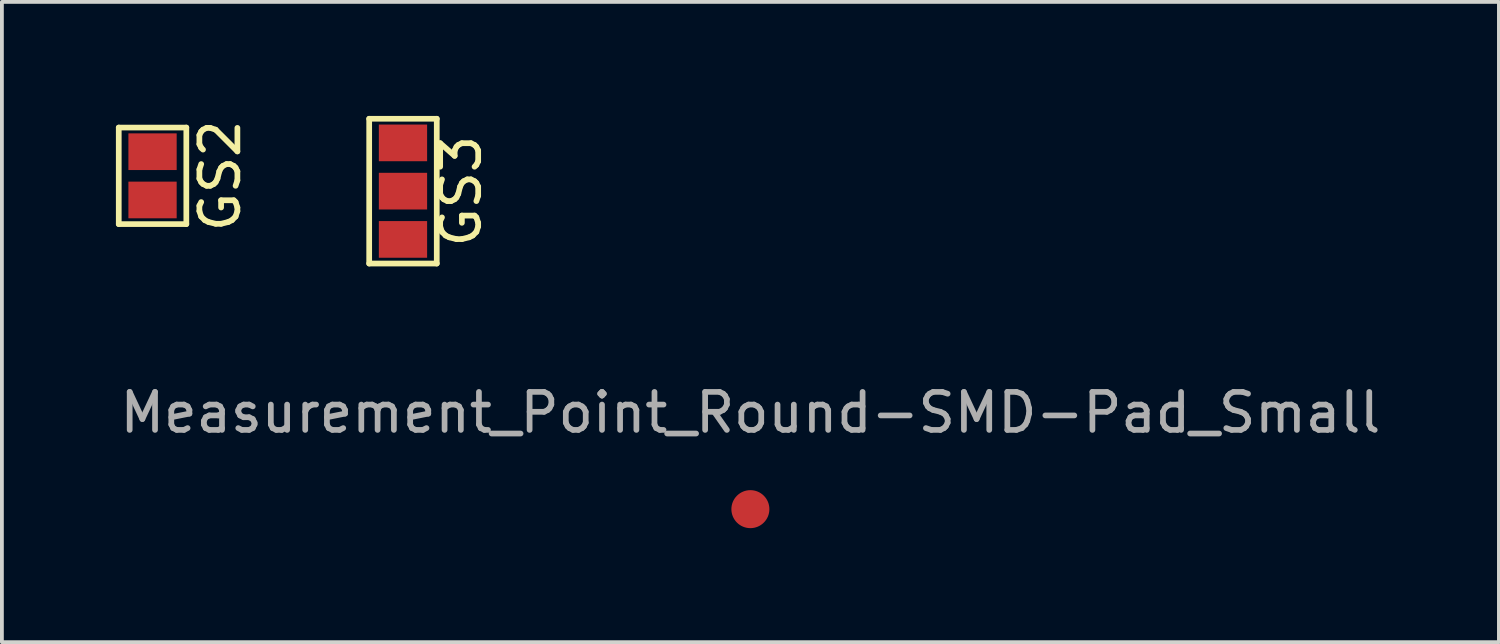
<source format=kicad_pcb>
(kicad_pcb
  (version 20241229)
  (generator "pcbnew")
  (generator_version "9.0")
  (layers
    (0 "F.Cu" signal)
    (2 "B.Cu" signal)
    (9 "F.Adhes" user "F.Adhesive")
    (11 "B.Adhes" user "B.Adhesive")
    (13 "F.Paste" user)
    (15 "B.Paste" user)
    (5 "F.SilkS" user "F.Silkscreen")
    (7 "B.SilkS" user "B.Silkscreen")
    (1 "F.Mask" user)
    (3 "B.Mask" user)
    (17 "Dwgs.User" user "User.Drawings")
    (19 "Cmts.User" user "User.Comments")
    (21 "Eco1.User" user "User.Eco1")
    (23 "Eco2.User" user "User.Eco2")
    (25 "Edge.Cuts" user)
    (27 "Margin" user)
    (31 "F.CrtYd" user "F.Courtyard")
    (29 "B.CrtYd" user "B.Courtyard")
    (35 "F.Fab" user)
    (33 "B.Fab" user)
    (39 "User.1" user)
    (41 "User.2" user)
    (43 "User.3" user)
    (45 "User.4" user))
  (footprint "GS3"
    (layer "F.Cu")
    (at 7.554 1.98)
    (property "Reference" "GS3" (at 1.524 0 90) (layer "F.SilkS") (effects (font (size 1 1) (thickness 0.15))))
    (attr exclude_from_pos_files exclude_from_bom)
    (fp_line (start -0.889 -1.905) (end -0.889 1.905) (stroke (width 0.15) (type solid)) (layer "F.SilkS"))
    (fp_line (start -0.889 -1.905) (end 0.889 -1.905) (stroke (width 0.15) (type solid)) (layer "F.SilkS"))
    (fp_line (start -0.889 1.905) (end 0.889 1.905) (stroke (width 0.15) (type solid)) (layer "F.SilkS"))
    (fp_line (start 0.889 1.905) (end 0.889 -1.905) (stroke (width 0.15) (type solid)) (layer "F.SilkS"))
    (pad "1" smd rect (at 0 -1.27) (size 1.27 0.965) (layers "F.Cu" "F.Mask"))
    (pad "2" smd rect (at 0 0) (size 1.27 0.965) (layers "F.Cu" "F.Mask"))
    (pad "3" smd rect (at 0 1.27) (size 1.27 0.965) (layers "F.Cu" "F.Mask")))
  (footprint "GS2"
    (layer "F.Cu")
    (at 0.964 1.577)
    (property "Reference" "GS2" (at 1.778 0 90) (layer "F.SilkS") (effects (font (size 1 1) (thickness 0.15))))
    (attr exclude_from_pos_files exclude_from_bom)
    (fp_line (start -0.889 -1.27) (end -0.889 1.27) (stroke (width 0.15) (type solid)) (layer "F.SilkS"))
    (fp_line (start -0.889 -1.27) (end 0.889 -1.27) (stroke (width 0.15) (type solid)) (layer "F.SilkS"))
    (fp_line (start 0.889 1.27) (end -0.889 1.27) (stroke (width 0.15) (type solid)) (layer "F.SilkS"))
    (fp_line (start 0.889 1.27) (end 0.889 -1.27) (stroke (width 0.15) (type solid)) (layer "F.SilkS"))
    (pad "1" smd rect (at 0 -0.635) (size 1.27 0.965) (layers "F.Cu" "F.Mask"))
    (pad "2" smd rect (at 0 0.635) (size 1.27 0.965) (layers "F.Cu" "F.Mask")))
  (footprint "Measurement_Point_Round-SMD-Pad_Small"
    (layer "F.Cu")
    (at 16.696 10.348)
    (property "Reference" "Measurement_Point_Round-SMD-Pad_Small" (at 0 -2.54 0) (layer "F.Fab") (effects (font (size 1 1) (thickness 0.15))))
    (attr through_hole)
    (pad "1" smd circle (at 0 0) (size 1 1) (layers "F.Cu" "F.Mask")))
  (gr_rect
    (start -3 -3)
    (end 36.393 13.848)
    (stroke (width 0.1) (type default))
    (fill no)
    (layer "Edge.Cuts")))
</source>
